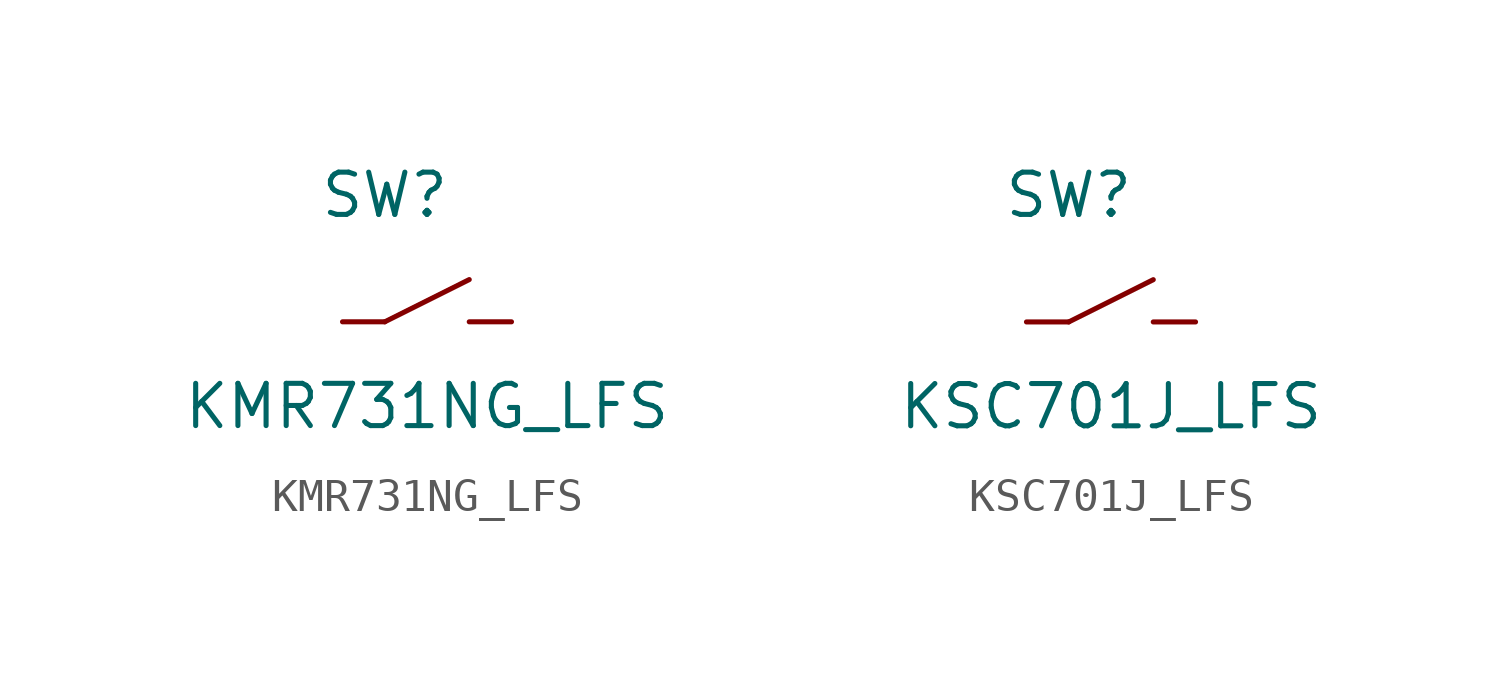
<source format=kicad_sym>
(kicad_symbol_lib
  (version 20211014)
  (generator kicad_symbol_editor)
  (symbol "KMR731NG_LFS"
    (pin_numbers hide)
    (pin_names
      (offset 1.016) hide)
    (property "Reference" "SW"
      (at 1.27 3.81 0)
      (effects (font (size 1.27 1.27))))
    (property "Value" "KMR731NG_LFS"
      (at 2.54 -2.54 0)
      (effects (font (size 1.27 1.27))))
    (symbol "KMR731NG_LFS_0_1"
      (polyline (pts (xy 1.27 0) (xy 3.81 1.27)) (stroke (width 0) (type default) (color 0 0 0 0)) (fill (type none))))
    (symbol "KMR731NG_LFS_1_1"
      (pin bidirectional line (at 0 0 0) (length 1.27) (name "1" (effects (font (size 1.27 1.27)))) (number "1" (effects (font (size 1.27 1.27)))))
      (pin bidirectional line (at 5.08 0 180) (length 1.27) (name "2" (effects (font (size 1.27 1.27)))) (number "2" (effects (font (size 1.27 1.27)))))))
  (symbol "KSC701J_LFS"
    (pin_numbers hide)
    (pin_names
      (offset 1.016) hide)
    (property "Reference" "SW"
      (at 1.27 3.81 0)
      (effects (font (size 1.27 1.27))))
    (property "Value" "KSC701J_LFS"
      (at 2.54 -2.54 0)
      (effects (font (size 1.27 1.27))))
    (symbol "KSC701J_LFS_0_1"
      (polyline (pts (xy 1.27 0) (xy 3.81 1.27)) (stroke (width 0) (type default) (color 0 0 0 0)) (fill (type none))))
    (symbol "KSC701J_LFS_1_1"
      (pin bidirectional line (at 0 0 0) (length 1.27) (name "1" (effects (font (size 1.27 1.27)))) (number "1" (effects (font (size 1.27 1.27)))))
      (pin bidirectional line (at 5.08 0 180) (length 1.27) (name "2" (effects (font (size 1.27 1.27)))) (number "2" (effects (font (size 1.27 1.27))))))))
</source>
